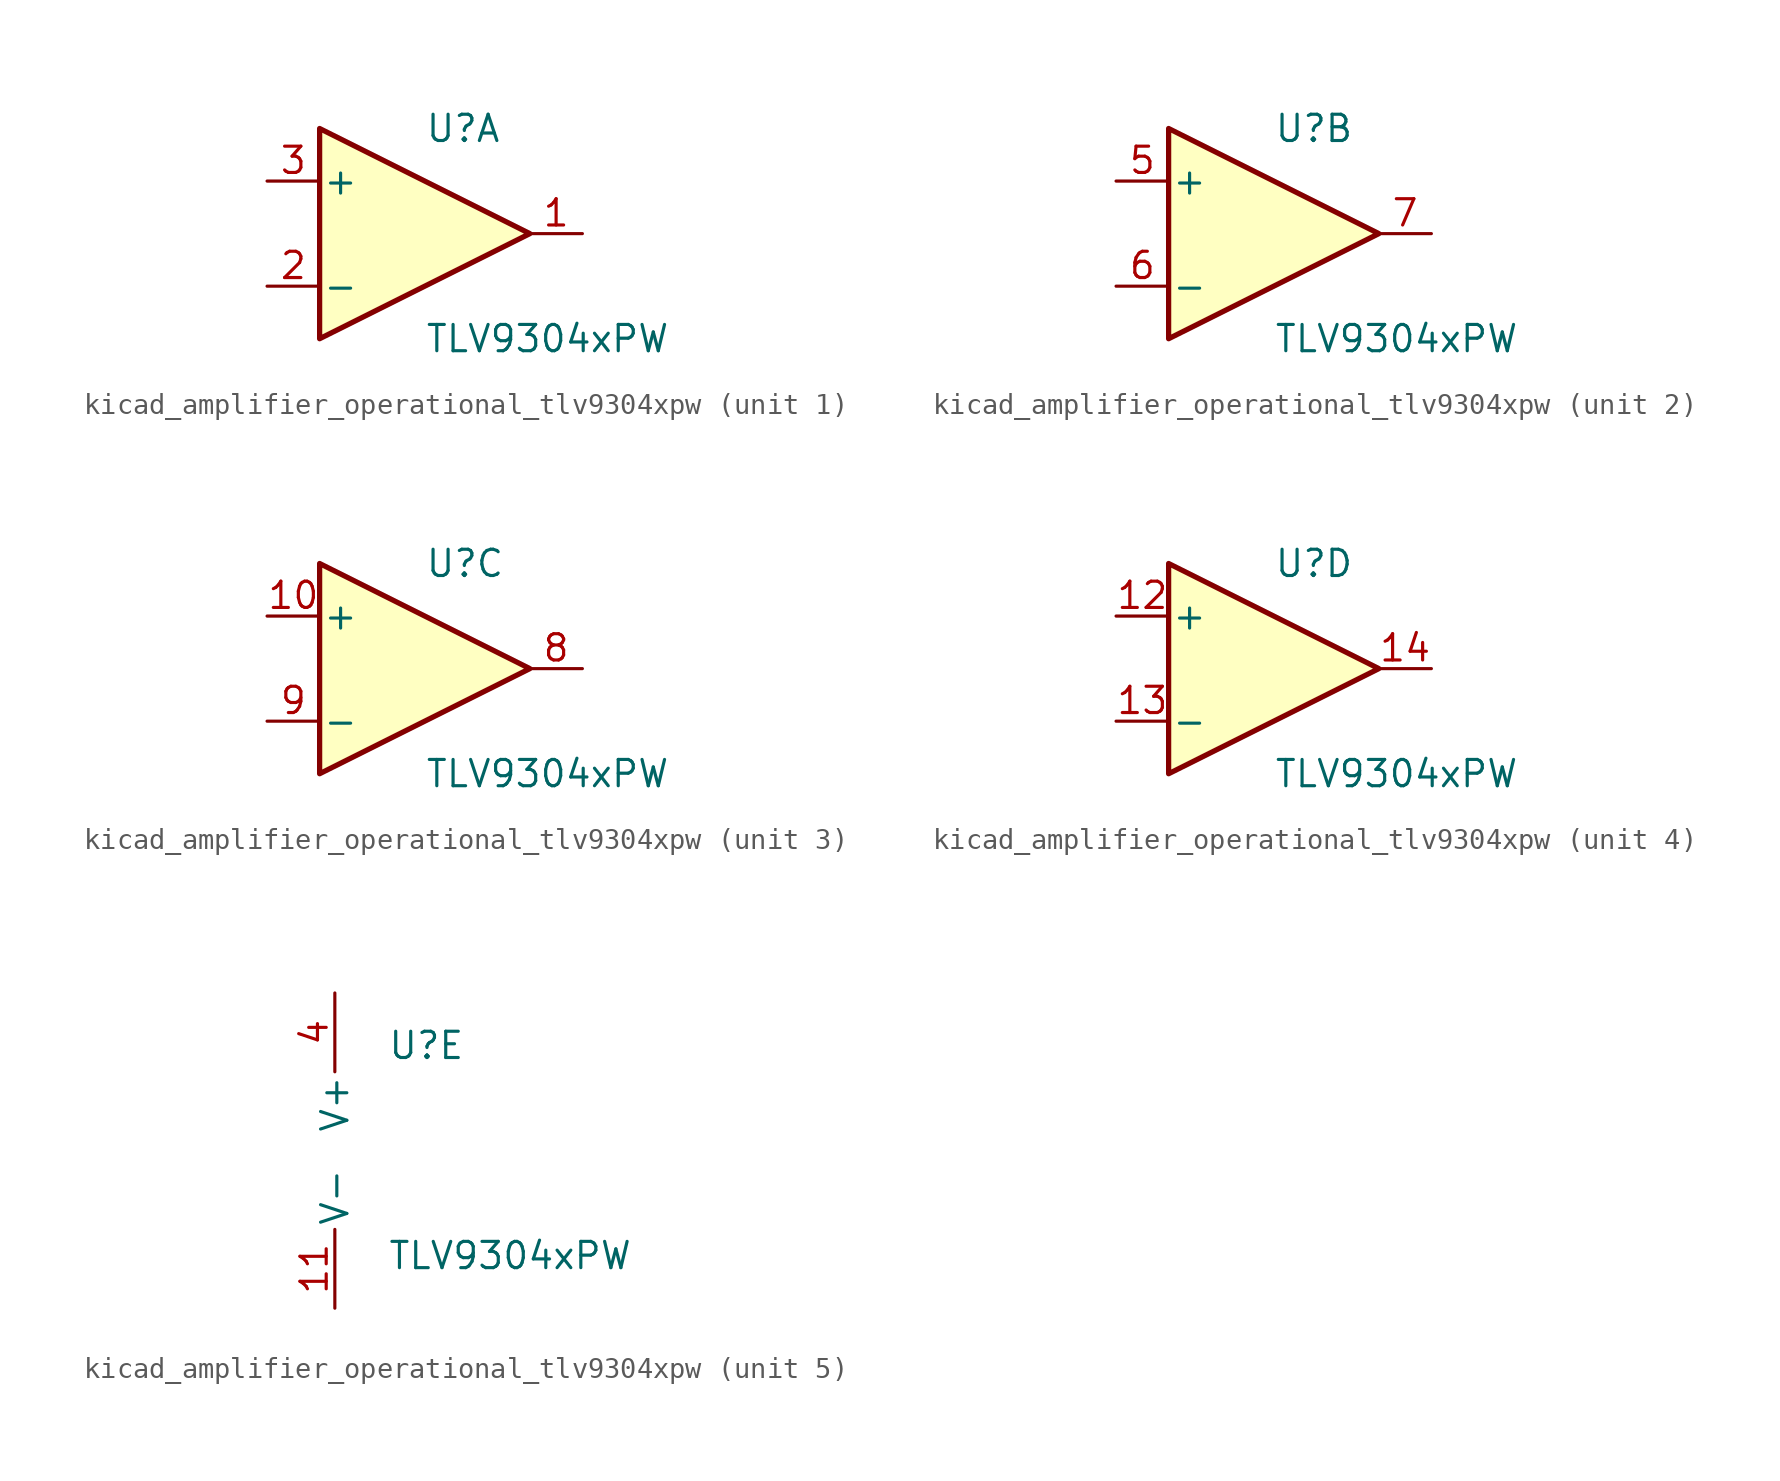
<source format=kicad_sym>
(kicad_symbol_lib
  (version 20220914)
  (generator kicad_symbol_editor)
  (symbol "kicad_amplifier_operational_tlv9304xpw"
    (pin_names
      (offset 0.127))
    (property "Reference" "U"
      (at 0 5.08 0)
      (effects (font (size 1.27 1.27)) (justify left)))
    (property "Value" "TLV9304xPW"
      (at 0 -5.08 0)
      (effects (font (size 1.27 1.27)) (justify left)))
    (property "ki_locked" ""
      (at 0 0 0)
      (effects (font (size 1.27 1.27))))
    (symbol "kicad_amplifier_operational_tlv9304xpw_1_1"
      (polyline (pts (xy -5.08 5.08) (xy 5.08 0) (xy -5.08 -5.08) (xy -5.08 5.08)) (stroke (width 0.254) (type default)) (fill (type background)))
      (pin output line (at 7.62 0 180) (length 2.54) (name "~" (effects (font (size 1.27 1.27)))) (number "1" (effects (font (size 1.27 1.27)))))
      (pin input line (at -7.62 -2.54 0) (length 2.54) (name "-" (effects (font (size 1.27 1.27)))) (number "2" (effects (font (size 1.27 1.27)))))
      (pin input line (at -7.62 2.54 0) (length 2.54) (name "+" (effects (font (size 1.27 1.27)))) (number "3" (effects (font (size 1.27 1.27))))))
    (symbol "kicad_amplifier_operational_tlv9304xpw_2_1"
      (polyline (pts (xy -5.08 5.08) (xy 5.08 0) (xy -5.08 -5.08) (xy -5.08 5.08)) (stroke (width 0.254) (type default)) (fill (type background)))
      (pin input line (at -7.62 2.54 0) (length 2.54) (name "+" (effects (font (size 1.27 1.27)))) (number "5" (effects (font (size 1.27 1.27)))))
      (pin input line (at -7.62 -2.54 0) (length 2.54) (name "-" (effects (font (size 1.27 1.27)))) (number "6" (effects (font (size 1.27 1.27)))))
      (pin output line (at 7.62 0 180) (length 2.54) (name "~" (effects (font (size 1.27 1.27)))) (number "7" (effects (font (size 1.27 1.27))))))
    (symbol "kicad_amplifier_operational_tlv9304xpw_3_1"
      (polyline (pts (xy -5.08 5.08) (xy 5.08 0) (xy -5.08 -5.08) (xy -5.08 5.08)) (stroke (width 0.254) (type default)) (fill (type background)))
      (pin input line (at -7.62 2.54 0) (length 2.54) (name "+" (effects (font (size 1.27 1.27)))) (number "10" (effects (font (size 1.27 1.27)))))
      (pin output line (at 7.62 0 180) (length 2.54) (name "~" (effects (font (size 1.27 1.27)))) (number "8" (effects (font (size 1.27 1.27)))))
      (pin input line (at -7.62 -2.54 0) (length 2.54) (name "-" (effects (font (size 1.27 1.27)))) (number "9" (effects (font (size 1.27 1.27))))))
    (symbol "kicad_amplifier_operational_tlv9304xpw_4_1"
      (polyline (pts (xy -5.08 5.08) (xy 5.08 0) (xy -5.08 -5.08) (xy -5.08 5.08)) (stroke (width 0.254) (type default)) (fill (type background)))
      (pin input line (at -7.62 2.54 0) (length 2.54) (name "+" (effects (font (size 1.27 1.27)))) (number "12" (effects (font (size 1.27 1.27)))))
      (pin input line (at -7.62 -2.54 0) (length 2.54) (name "-" (effects (font (size 1.27 1.27)))) (number "13" (effects (font (size 1.27 1.27)))))
      (pin output line (at 7.62 0 180) (length 2.54) (name "~" (effects (font (size 1.27 1.27)))) (number "14" (effects (font (size 1.27 1.27))))))
    (symbol "kicad_amplifier_operational_tlv9304xpw_5_1"
      (pin power_in line (at -2.54 -7.62 90) (length 3.81) (name "V-" (effects (font (size 1.27 1.27)))) (number "11" (effects (font (size 1.27 1.27)))))
      (pin power_in line (at -2.54 7.62 270) (length 3.81) (name "V+" (effects (font (size 1.27 1.27)))) (number "4" (effects (font (size 1.27 1.27))))))))
</source>
